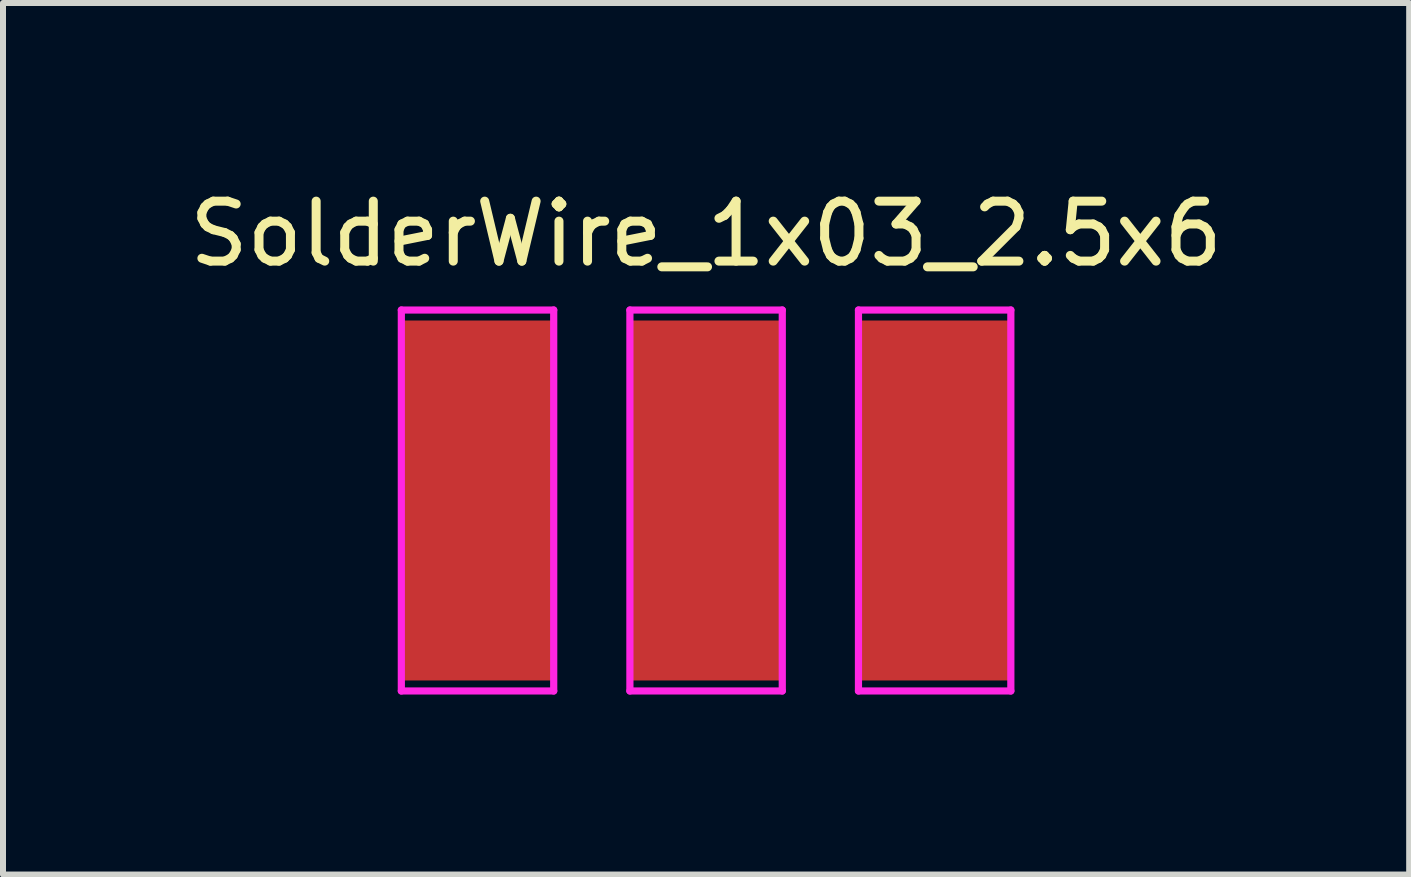
<source format=kicad_pcb>
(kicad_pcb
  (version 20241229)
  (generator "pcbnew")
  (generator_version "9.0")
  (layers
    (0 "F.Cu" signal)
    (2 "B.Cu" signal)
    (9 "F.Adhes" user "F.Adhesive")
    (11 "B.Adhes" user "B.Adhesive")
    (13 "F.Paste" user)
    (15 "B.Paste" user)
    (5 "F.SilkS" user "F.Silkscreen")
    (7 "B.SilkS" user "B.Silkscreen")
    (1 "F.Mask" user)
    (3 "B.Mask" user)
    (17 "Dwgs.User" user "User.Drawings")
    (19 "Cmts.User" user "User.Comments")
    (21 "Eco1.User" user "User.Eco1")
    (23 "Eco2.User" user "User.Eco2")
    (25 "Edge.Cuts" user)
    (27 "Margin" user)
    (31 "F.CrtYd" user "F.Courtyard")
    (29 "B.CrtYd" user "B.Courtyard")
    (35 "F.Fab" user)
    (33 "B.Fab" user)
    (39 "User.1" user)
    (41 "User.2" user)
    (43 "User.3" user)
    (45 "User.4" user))
  (footprint "SolderWire_1x03_2.5x6"
    (layer "F.Cu")
    (at 8.72 5.293)
    (property "Reference" "SolderWire_1x03_2.5x6" (at 0 -4.445 0) (layer "F.SilkS") (effects (font (size 1 1) (thickness 0.15))))
    (attr through_hole)
    (fp_line (start -5.08 -3.175) (end -2.54 -3.175) (stroke (width 0.12) (type solid)) (layer "F.CrtYd"))
    (fp_line (start -5.08 3.175) (end -5.08 -3.175) (stroke (width 0.12) (type solid)) (layer "F.CrtYd"))
    (fp_line (start -2.54 -3.175) (end -2.54 3.175) (stroke (width 0.12) (type solid)) (layer "F.CrtYd"))
    (fp_line (start -2.54 3.175) (end -5.08 3.175) (stroke (width 0.12) (type solid)) (layer "F.CrtYd"))
    (fp_line (start -1.27 -3.175) (end 1.27 -3.175) (stroke (width 0.12) (type solid)) (layer "F.CrtYd"))
    (fp_line (start -1.27 3.175) (end -1.27 -3.175) (stroke (width 0.12) (type solid)) (layer "F.CrtYd"))
    (fp_line (start 1.27 -3.175) (end 1.27 3.175) (stroke (width 0.12) (type solid)) (layer "F.CrtYd"))
    (fp_line (start 1.27 3.175) (end -1.27 3.175) (stroke (width 0.12) (type solid)) (layer "F.CrtYd"))
    (fp_line (start 2.54 -3.175) (end 5.08 -3.175) (stroke (width 0.12) (type solid)) (layer "F.CrtYd"))
    (fp_line (start 2.54 3.175) (end 2.54 -3.175) (stroke (width 0.12) (type solid)) (layer "F.CrtYd"))
    (fp_line (start 5.08 -3.175) (end 5.08 3.175) (stroke (width 0.12) (type solid)) (layer "F.CrtYd"))
    (fp_line (start 5.08 3.175) (end 2.54 3.175) (stroke (width 0.12) (type solid)) (layer "F.CrtYd"))
    (pad "1" smd rect (at -3.81 0) (size 2.5 6) (layers "F.Cu" "F.Mask" "F.Paste"))
    (pad "2" smd rect (at 0 0) (size 2.5 6) (layers "F.Cu" "F.Mask" "F.Paste"))
    (pad "3" smd rect (at 3.81 0) (size 2.5 6) (layers "F.Cu" "F.Mask" "F.Paste")))
  (gr_rect
    (start -3 -3)
    (end 20.44 11.528)
    (stroke (width 0.1) (type default))
    (fill no)
    (layer "Edge.Cuts")))
</source>
